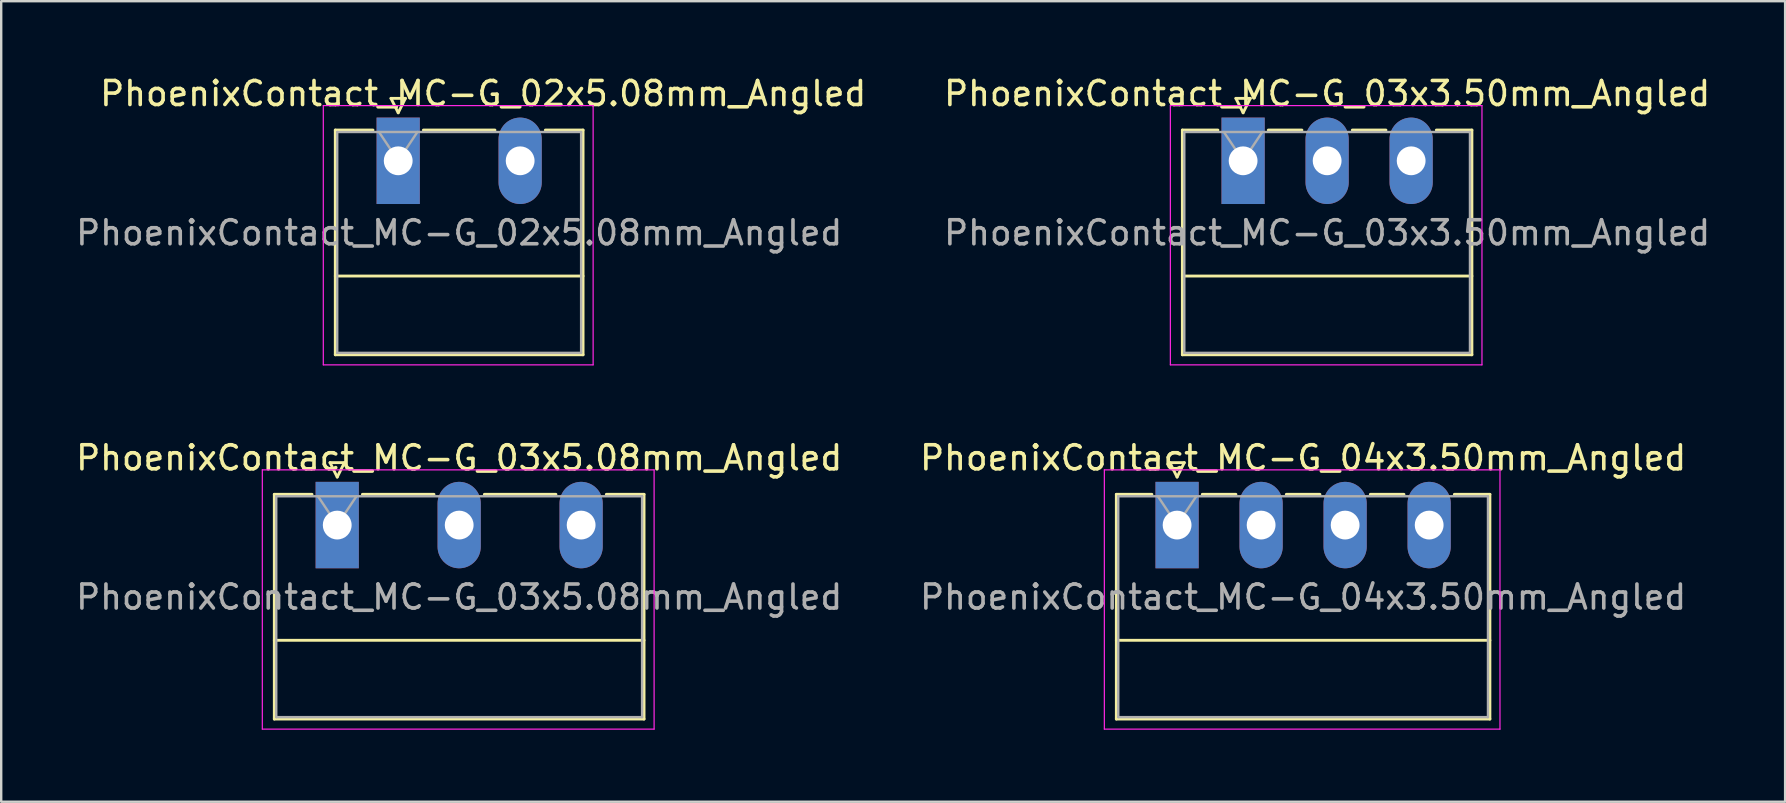
<source format=kicad_pcb>
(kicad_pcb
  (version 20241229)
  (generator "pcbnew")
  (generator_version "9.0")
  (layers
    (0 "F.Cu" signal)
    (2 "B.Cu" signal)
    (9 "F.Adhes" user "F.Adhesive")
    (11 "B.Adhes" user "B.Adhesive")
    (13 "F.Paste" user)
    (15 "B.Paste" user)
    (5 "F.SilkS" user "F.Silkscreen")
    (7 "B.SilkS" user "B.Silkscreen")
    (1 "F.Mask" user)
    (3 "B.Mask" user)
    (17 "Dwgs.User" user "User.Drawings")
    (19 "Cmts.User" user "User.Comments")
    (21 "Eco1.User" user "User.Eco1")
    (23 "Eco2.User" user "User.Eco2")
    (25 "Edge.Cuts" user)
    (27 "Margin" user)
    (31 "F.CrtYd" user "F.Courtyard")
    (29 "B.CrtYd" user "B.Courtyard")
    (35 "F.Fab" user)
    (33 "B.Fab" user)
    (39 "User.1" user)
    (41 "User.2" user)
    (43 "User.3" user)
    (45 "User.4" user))
  (footprint "PhoenixContact_MC-G_04x3.50mm_Angled"
    (layer "F.Cu")
    (at 45.982 18.822)
    (property "Reference" "PhoenixContact_MC-G_04x3.50mm_Angled" (at 5.25 -2.8 0) (layer "F.SilkS") (effects (font (size 1 1) (thickness 0.15))))
    (attr through_hole)
    (fp_line (start -2.53 -1.28) (end -2.53 8.08) (stroke (width 0.12) (type solid)) (layer "F.SilkS"))
    (fp_line (start -2.53 -1.28) (end -1.05 -1.28) (stroke (width 0.12) (type solid)) (layer "F.SilkS"))
    (fp_line (start -2.53 4.8) (end 13.03 4.8) (stroke (width 0.12) (type solid)) (layer "F.SilkS"))
    (fp_line (start -2.53 8.08) (end 13.03 8.08) (stroke (width 0.12) (type solid)) (layer "F.SilkS"))
    (fp_line (start -0.3 -2.6) (end 0.3 -2.6) (stroke (width 0.12) (type solid)) (layer "F.SilkS"))
    (fp_line (start 0 -2) (end -0.3 -2.6) (stroke (width 0.12) (type solid)) (layer "F.SilkS"))
    (fp_line (start 0.3 -2.6) (end 0 -2) (stroke (width 0.12) (type solid)) (layer "F.SilkS"))
    (fp_line (start 1.05 -1.28) (end 2.45 -1.28) (stroke (width 0.12) (type solid)) (layer "F.SilkS"))
    (fp_line (start 4.55 -1.28) (end 5.95 -1.28) (stroke (width 0.12) (type solid)) (layer "F.SilkS"))
    (fp_line (start 8.05 -1.28) (end 9.45 -1.28) (stroke (width 0.12) (type solid)) (layer "F.SilkS"))
    (fp_line (start 13.03 -1.28) (end 11.55 -1.28) (stroke (width 0.12) (type solid)) (layer "F.SilkS"))
    (fp_line (start 13.03 8.08) (end 13.03 -1.28) (stroke (width 0.12) (type solid)) (layer "F.SilkS"))
    (fp_line (start -3.03 -2.3) (end -3.03 8.5) (stroke (width 0.05) (type solid)) (layer "F.CrtYd"))
    (fp_line (start -3.03 8.5) (end 13.45 8.5) (stroke (width 0.05) (type solid)) (layer "F.CrtYd"))
    (fp_line (start 13.45 -2.3) (end -3.03 -2.3) (stroke (width 0.05) (type solid)) (layer "F.CrtYd"))
    (fp_line (start 13.45 8.5) (end 13.45 -2.3) (stroke (width 0.05) (type solid)) (layer "F.CrtYd"))
    (fp_line (start -2.45 -1.2) (end -2.45 8) (stroke (width 0.1) (type solid)) (layer "F.Fab"))
    (fp_line (start -2.45 8) (end 12.95 8) (stroke (width 0.1) (type solid)) (layer "F.Fab"))
    (fp_line (start 0 0) (end -0.8 -1.2) (stroke (width 0.1) (type solid)) (layer "F.Fab"))
    (fp_line (start 0.8 -1.2) (end 0 0) (stroke (width 0.1) (type solid)) (layer "F.Fab"))
    (fp_line (start 12.95 -1.2) (end -2.45 -1.2) (stroke (width 0.1) (type solid)) (layer "F.Fab"))
    (fp_line (start 12.95 8) (end 12.95 -1.2) (stroke (width 0.1) (type solid)) (layer "F.Fab"))
    (fp_text user "${REFERENCE}" (at 5.25 3 0) (layer "F.Fab") (effects (font (size 1 1) (thickness 0.15))))
    (pad "1" thru_hole rect (at 0 0) (size 1.8 3.6) (drill 1.2) (layers "*.Cu" "*.Mask"))
    (pad "2" thru_hole oval (at 3.5 0) (size 1.8 3.6) (drill 1.2) (layers "*.Cu" "*.Mask"))
    (pad "3" thru_hole oval (at 7 0) (size 1.8 3.6) (drill 1.2) (layers "*.Cu" "*.Mask"))
    (pad "4" thru_hole oval (at 10.5 0) (size 1.8 3.6) (drill 1.2) (layers "*.Cu" "*.Mask")))
  (footprint "PhoenixContact_MC-G_02x5.08mm_Angled"
    (layer "F.Cu")
    (at 13.537 3.648)
    (property "Reference" "PhoenixContact_MC-G_02x5.08mm_Angled" (at 3.54 -2.8 0) (layer "F.SilkS") (effects (font (size 1 1) (thickness 0.15))))
    (attr through_hole)
    (fp_line (start -2.62 -1.28) (end -2.62 8.08) (stroke (width 0.12) (type solid)) (layer "F.SilkS"))
    (fp_line (start -2.62 -1.28) (end -1.05 -1.28) (stroke (width 0.12) (type solid)) (layer "F.SilkS"))
    (fp_line (start -2.62 4.8) (end 7.7 4.8) (stroke (width 0.12) (type solid)) (layer "F.SilkS"))
    (fp_line (start -2.62 8.08) (end 7.7 8.08) (stroke (width 0.12) (type solid)) (layer "F.SilkS"))
    (fp_line (start -0.3 -2.6) (end 0.3 -2.6) (stroke (width 0.12) (type solid)) (layer "F.SilkS"))
    (fp_line (start 0 -2) (end -0.3 -2.6) (stroke (width 0.12) (type solid)) (layer "F.SilkS"))
    (fp_line (start 0.3 -2.6) (end 0 -2) (stroke (width 0.12) (type solid)) (layer "F.SilkS"))
    (fp_line (start 1.05 -1.28) (end 4.03 -1.28) (stroke (width 0.12) (type solid)) (layer "F.SilkS"))
    (fp_line (start 7.7 -1.28) (end 6.13 -1.28) (stroke (width 0.12) (type solid)) (layer "F.SilkS"))
    (fp_line (start 7.7 8.08) (end 7.7 -1.28) (stroke (width 0.12) (type solid)) (layer "F.SilkS"))
    (fp_line (start -3.12 -2.3) (end -3.12 8.5) (stroke (width 0.05) (type solid)) (layer "F.CrtYd"))
    (fp_line (start -3.12 8.5) (end 8.12 8.5) (stroke (width 0.05) (type solid)) (layer "F.CrtYd"))
    (fp_line (start 8.12 -2.3) (end -3.12 -2.3) (stroke (width 0.05) (type solid)) (layer "F.CrtYd"))
    (fp_line (start 8.12 8.5) (end 8.12 -2.3) (stroke (width 0.05) (type solid)) (layer "F.CrtYd"))
    (fp_line (start -2.54 -1.2) (end -2.54 8) (stroke (width 0.1) (type solid)) (layer "F.Fab"))
    (fp_line (start -2.54 8) (end 7.62 8) (stroke (width 0.1) (type solid)) (layer "F.Fab"))
    (fp_line (start 0 0) (end -0.8 -1.2) (stroke (width 0.1) (type solid)) (layer "F.Fab"))
    (fp_line (start 0.8 -1.2) (end 0 0) (stroke (width 0.1) (type solid)) (layer "F.Fab"))
    (fp_line (start 7.62 -1.2) (end -2.54 -1.2) (stroke (width 0.1) (type solid)) (layer "F.Fab"))
    (fp_line (start 7.62 8) (end 7.62 -1.2) (stroke (width 0.1) (type solid)) (layer "F.Fab"))
    (fp_text user "${REFERENCE}" (at 2.54 3 0) (layer "F.Fab") (effects (font (size 1 1) (thickness 0.15))))
    (pad "1" thru_hole rect (at 0 0) (size 1.8 3.6) (drill 1.2) (layers "*.Cu" "*.Mask"))
    (pad "2" thru_hole oval (at 5.08 0) (size 1.8 3.6) (drill 1.2) (layers "*.Cu" "*.Mask")))
  (footprint "PhoenixContact_MC-G_03x3.50mm_Angled"
    (layer "F.Cu")
    (at 48.732 3.648)
    (property "Reference" "PhoenixContact_MC-G_03x3.50mm_Angled" (at 3.5 -2.8 0) (layer "F.SilkS") (effects (font (size 1 1) (thickness 0.15))))
    (attr through_hole)
    (fp_line (start -2.53 -1.28) (end -2.53 8.08) (stroke (width 0.12) (type solid)) (layer "F.SilkS"))
    (fp_line (start -2.53 -1.28) (end -1.05 -1.28) (stroke (width 0.12) (type solid)) (layer "F.SilkS"))
    (fp_line (start -2.53 4.8) (end 9.53 4.8) (stroke (width 0.12) (type solid)) (layer "F.SilkS"))
    (fp_line (start -2.53 8.08) (end 9.53 8.08) (stroke (width 0.12) (type solid)) (layer "F.SilkS"))
    (fp_line (start -0.3 -2.6) (end 0.3 -2.6) (stroke (width 0.12) (type solid)) (layer "F.SilkS"))
    (fp_line (start 0 -2) (end -0.3 -2.6) (stroke (width 0.12) (type solid)) (layer "F.SilkS"))
    (fp_line (start 0.3 -2.6) (end 0 -2) (stroke (width 0.12) (type solid)) (layer "F.SilkS"))
    (fp_line (start 1.05 -1.28) (end 2.45 -1.28) (stroke (width 0.12) (type solid)) (layer "F.SilkS"))
    (fp_line (start 4.55 -1.28) (end 5.95 -1.28) (stroke (width 0.12) (type solid)) (layer "F.SilkS"))
    (fp_line (start 9.53 -1.28) (end 8.05 -1.28) (stroke (width 0.12) (type solid)) (layer "F.SilkS"))
    (fp_line (start 9.53 8.08) (end 9.53 -1.28) (stroke (width 0.12) (type solid)) (layer "F.SilkS"))
    (fp_line (start -3.03 -2.3) (end -3.03 8.5) (stroke (width 0.05) (type solid)) (layer "F.CrtYd"))
    (fp_line (start -3.03 8.5) (end 9.95 8.5) (stroke (width 0.05) (type solid)) (layer "F.CrtYd"))
    (fp_line (start 9.95 -2.3) (end -3.03 -2.3) (stroke (width 0.05) (type solid)) (layer "F.CrtYd"))
    (fp_line (start 9.95 8.5) (end 9.95 -2.3) (stroke (width 0.05) (type solid)) (layer "F.CrtYd"))
    (fp_line (start -2.45 -1.2) (end -2.45 8) (stroke (width 0.1) (type solid)) (layer "F.Fab"))
    (fp_line (start -2.45 8) (end 9.45 8) (stroke (width 0.1) (type solid)) (layer "F.Fab"))
    (fp_line (start 0 0) (end -0.8 -1.2) (stroke (width 0.1) (type solid)) (layer "F.Fab"))
    (fp_line (start 0.8 -1.2) (end 0 0) (stroke (width 0.1) (type solid)) (layer "F.Fab"))
    (fp_line (start 9.45 -1.2) (end -2.45 -1.2) (stroke (width 0.1) (type solid)) (layer "F.Fab"))
    (fp_line (start 9.45 8) (end 9.45 -1.2) (stroke (width 0.1) (type solid)) (layer "F.Fab"))
    (fp_text user "${REFERENCE}" (at 3.5 3 0) (layer "F.Fab") (effects (font (size 1 1) (thickness 0.15))))
    (pad "1" thru_hole rect (at 0 0) (size 1.8 3.6) (drill 1.2) (layers "*.Cu" "*.Mask"))
    (pad "2" thru_hole oval (at 3.5 0) (size 1.8 3.6) (drill 1.2) (layers "*.Cu" "*.Mask"))
    (pad "3" thru_hole oval (at 7 0) (size 1.8 3.6) (drill 1.2) (layers "*.Cu" "*.Mask")))
  (footprint "PhoenixContact_MC-G_03x5.08mm_Angled"
    (layer "F.Cu")
    (at 10.997 18.822)
    (property "Reference" "PhoenixContact_MC-G_03x5.08mm_Angled" (at 5.08 -2.8 0) (layer "F.SilkS") (effects (font (size 1 1) (thickness 0.15))))
    (attr through_hole)
    (fp_line (start -2.62 -1.28) (end -2.62 8.08) (stroke (width 0.12) (type solid)) (layer "F.SilkS"))
    (fp_line (start -2.62 -1.28) (end -1.05 -1.28) (stroke (width 0.12) (type solid)) (layer "F.SilkS"))
    (fp_line (start -2.62 4.8) (end 12.78 4.8) (stroke (width 0.12) (type solid)) (layer "F.SilkS"))
    (fp_line (start -2.62 8.08) (end 12.78 8.08) (stroke (width 0.12) (type solid)) (layer "F.SilkS"))
    (fp_line (start -0.3 -2.6) (end 0.3 -2.6) (stroke (width 0.12) (type solid)) (layer "F.SilkS"))
    (fp_line (start 0 -2) (end -0.3 -2.6) (stroke (width 0.12) (type solid)) (layer "F.SilkS"))
    (fp_line (start 0.3 -2.6) (end 0 -2) (stroke (width 0.12) (type solid)) (layer "F.SilkS"))
    (fp_line (start 1.05 -1.28) (end 4.03 -1.28) (stroke (width 0.12) (type solid)) (layer "F.SilkS"))
    (fp_line (start 6.13 -1.28) (end 9.11 -1.28) (stroke (width 0.12) (type solid)) (layer "F.SilkS"))
    (fp_line (start 12.78 -1.28) (end 11.21 -1.28) (stroke (width 0.12) (type solid)) (layer "F.SilkS"))
    (fp_line (start 12.78 8.08) (end 12.78 -1.28) (stroke (width 0.12) (type solid)) (layer "F.SilkS"))
    (fp_line (start -3.12 -2.3) (end -3.12 8.5) (stroke (width 0.05) (type solid)) (layer "F.CrtYd"))
    (fp_line (start -3.12 8.5) (end 13.2 8.5) (stroke (width 0.05) (type solid)) (layer "F.CrtYd"))
    (fp_line (start 13.2 -2.3) (end -3.12 -2.3) (stroke (width 0.05) (type solid)) (layer "F.CrtYd"))
    (fp_line (start 13.2 8.5) (end 13.2 -2.3) (stroke (width 0.05) (type solid)) (layer "F.CrtYd"))
    (fp_line (start -2.54 -1.2) (end -2.54 8) (stroke (width 0.1) (type solid)) (layer "F.Fab"))
    (fp_line (start -2.54 8) (end 12.7 8) (stroke (width 0.1) (type solid)) (layer "F.Fab"))
    (fp_line (start 0 0) (end -0.8 -1.2) (stroke (width 0.1) (type solid)) (layer "F.Fab"))
    (fp_line (start 0.8 -1.2) (end 0 0) (stroke (width 0.1) (type solid)) (layer "F.Fab"))
    (fp_line (start 12.7 -1.2) (end -2.54 -1.2) (stroke (width 0.1) (type solid)) (layer "F.Fab"))
    (fp_line (start 12.7 8) (end 12.7 -1.2) (stroke (width 0.1) (type solid)) (layer "F.Fab"))
    (fp_text user "${REFERENCE}" (at 5.08 3 0) (layer "F.Fab") (effects (font (size 1 1) (thickness 0.15))))
    (pad "1" thru_hole rect (at 0 0) (size 1.8 3.6) (drill 1.2) (layers "*.Cu" "*.Mask"))
    (pad "2" thru_hole oval (at 5.08 0) (size 1.8 3.6) (drill 1.2) (layers "*.Cu" "*.Mask"))
    (pad "3" thru_hole oval (at 10.16 0) (size 1.8 3.6) (drill 1.2) (layers "*.Cu" "*.Mask")))
  (gr_rect
    (start -3 -3)
    (end 71.31 30.346)
    (stroke (width 0.1) (type default))
    (fill no)
    (layer "Edge.Cuts")))
</source>
